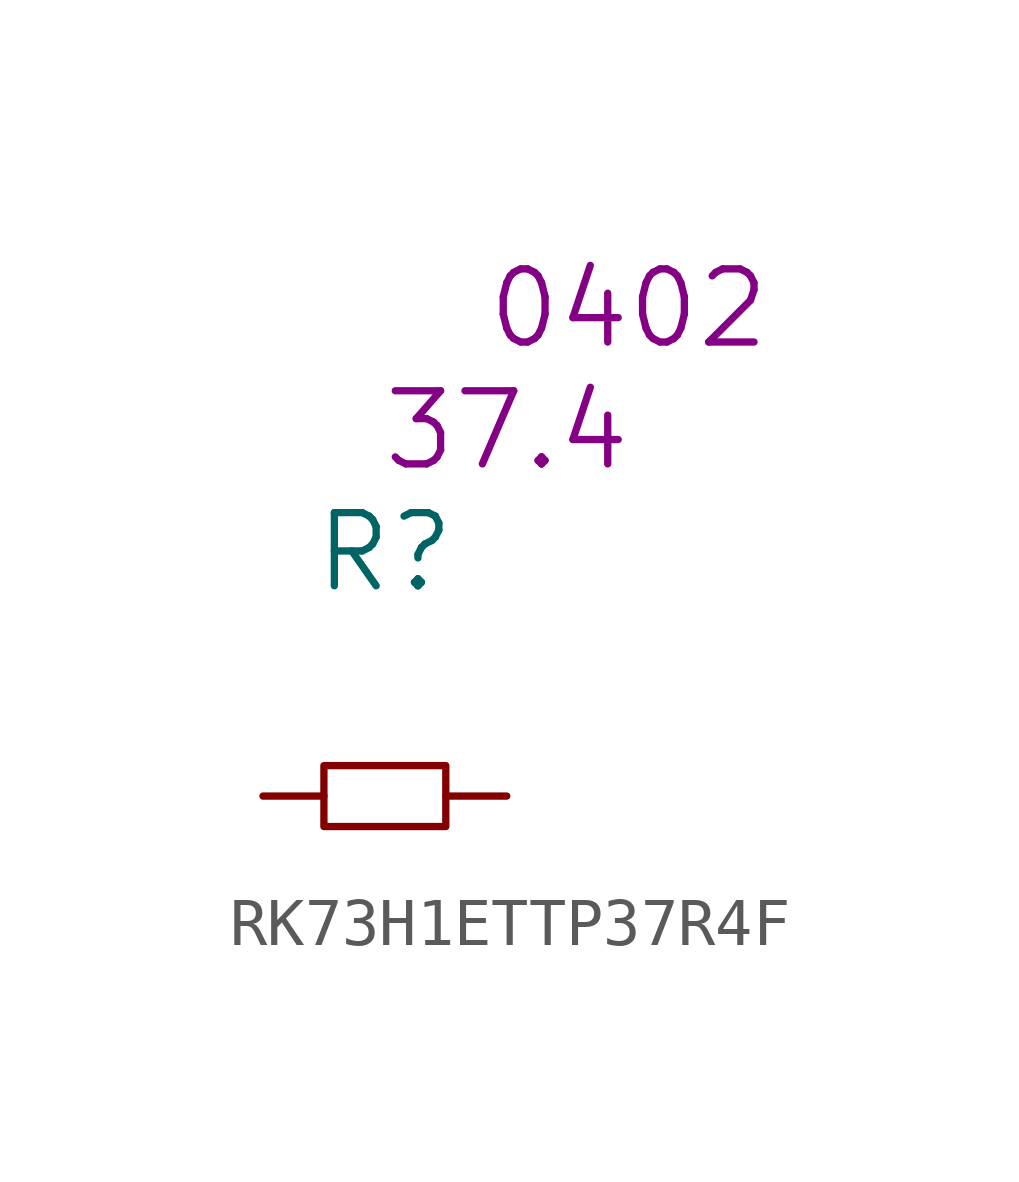
<source format=kicad_sym>
(kicad_symbol_lib
  (version 20220914)
  (generator kicad_symbol_editor)
  (symbol "RK73H1ETTP37R4F"
    (pin_numbers hide)
    (pin_names
      (offset 1.016) hide)
    (property "Reference" "R"
      (at 0 5.08 0)
      (effects (font (size 1.524 1.524))))
    (property "Datasheet" ""
      (at 0 5.08 0)
      (effects (font (size 1.524 1.524))))
    (property "Value2" "37.4"
      (at 2.54 7.62 0)
      (effects (font (size 1.524 1.524))))
    (property "Size" "0402"
      (at 5.08 10.16 0)
      (effects (font (size 1.524 1.524))))
    (symbol "RK73H1ETTP37R4F_0_1"
      (rectangle (start -1.27 0.635) (end 1.27 -0.635) (stroke (width 0) (type solid)) (fill (type none))))
    (symbol "RK73H1ETTP37R4F_1_1"
      (pin passive line (at -2.54 0 0) (length 1.27) (name "1" (effects (font (size 1.27 1.27)))) (number "1" (effects (font (size 1.27 1.27)))))
      (pin passive line (at 2.54 0 180) (length 1.27) (name "2" (effects (font (size 1.27 1.27)))) (number "2" (effects (font (size 1.27 1.27))))))))
</source>
